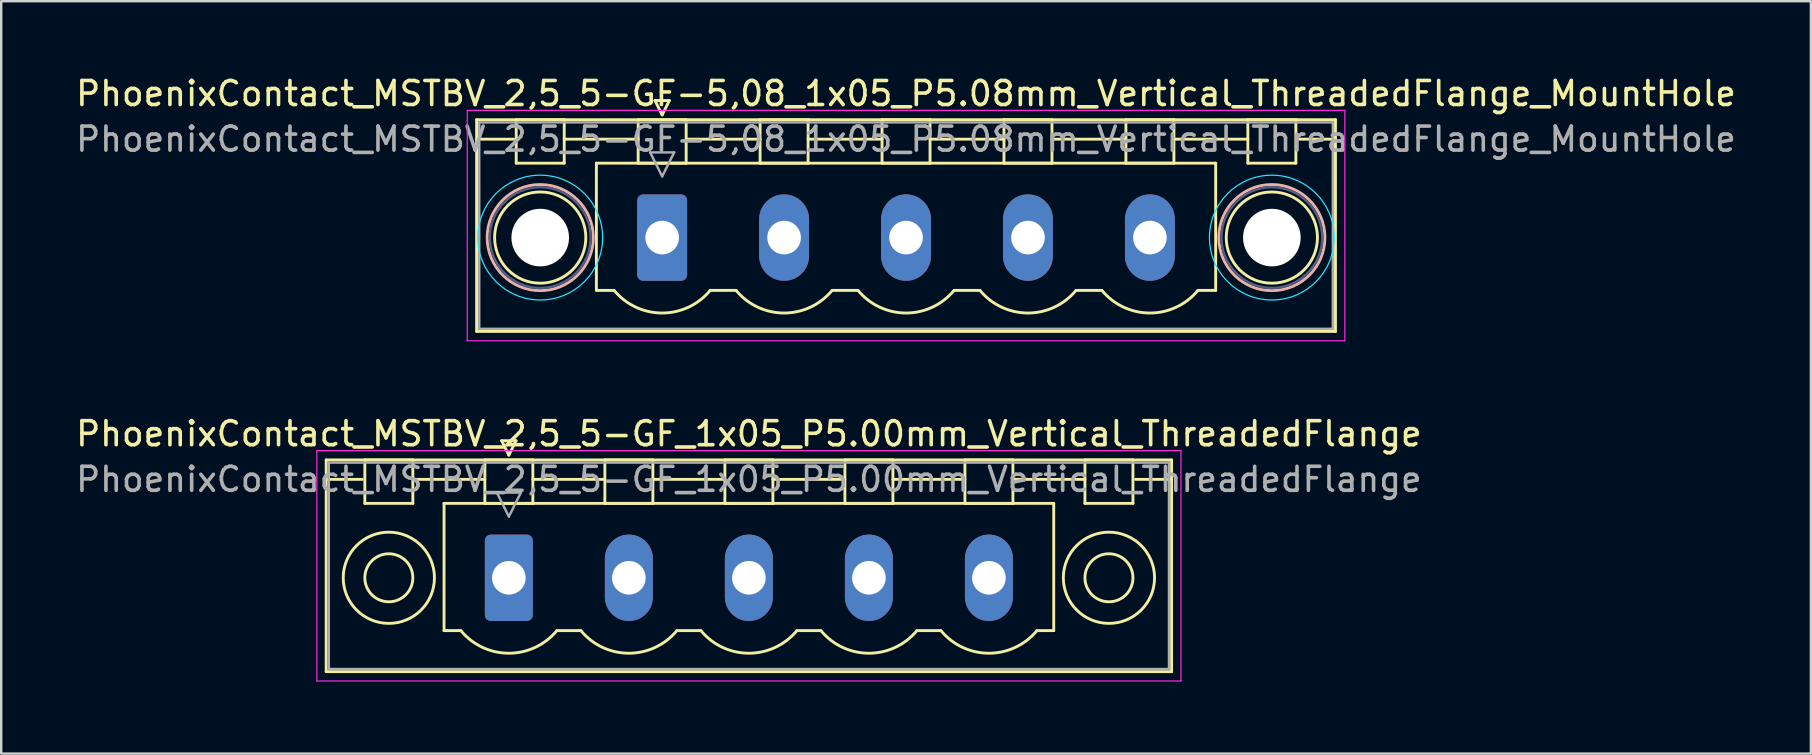
<source format=kicad_pcb>
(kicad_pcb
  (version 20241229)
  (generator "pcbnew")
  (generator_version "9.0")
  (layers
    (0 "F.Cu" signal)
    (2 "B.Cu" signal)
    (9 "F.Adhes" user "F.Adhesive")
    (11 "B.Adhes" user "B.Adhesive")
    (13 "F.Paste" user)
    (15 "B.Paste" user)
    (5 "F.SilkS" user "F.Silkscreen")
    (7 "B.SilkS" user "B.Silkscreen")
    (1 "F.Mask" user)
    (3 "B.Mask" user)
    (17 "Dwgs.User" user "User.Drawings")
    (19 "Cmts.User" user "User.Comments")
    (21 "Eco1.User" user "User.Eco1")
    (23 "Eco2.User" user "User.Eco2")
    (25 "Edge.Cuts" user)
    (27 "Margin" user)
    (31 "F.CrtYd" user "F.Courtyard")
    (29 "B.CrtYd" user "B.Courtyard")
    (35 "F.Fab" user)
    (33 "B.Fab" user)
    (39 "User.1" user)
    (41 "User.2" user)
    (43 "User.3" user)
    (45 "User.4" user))
  (footprint "PhoenixContact_MSTBV_2,5_5-GF_1x05_P5.00mm_Vertical_ThreadedFlange"
    (layer "F.Cu")
    (at 18.149 21.021)
    (property "Reference" "PhoenixContact_MSTBV_2,5_5-GF_1x05_P5.00mm_Vertical_ThreadedFlange" (at 10 -6 0) (layer "F.SilkS") (effects (font (size 1 1) (thickness 0.15))))
    (attr through_hole)
    (fp_line (start -7.61 -4.91) (end -7.61 3.91) (stroke (width 0.12) (type solid)) (layer "F.SilkS"))
    (fp_line (start -7.61 -4.1) (end -6.11 -4.1) (stroke (width 0.12) (type solid)) (layer "F.SilkS"))
    (fp_line (start -7.61 3.91) (end 27.61 3.91) (stroke (width 0.12) (type solid)) (layer "F.SilkS"))
    (fp_line (start -6 -4.91) (end -4 -4.91) (stroke (width 0.12) (type solid)) (layer "F.SilkS"))
    (fp_line (start -6 -3.1) (end -6 -4.91) (stroke (width 0.12) (type solid)) (layer "F.SilkS"))
    (fp_line (start -4 -4.91) (end -4 -3.1) (stroke (width 0.12) (type solid)) (layer "F.SilkS"))
    (fp_line (start -4 -4.1) (end -1 -4.1) (stroke (width 0.12) (type solid)) (layer "F.SilkS"))
    (fp_line (start -4 -3.1) (end -6 -3.1) (stroke (width 0.12) (type solid)) (layer "F.SilkS"))
    (fp_line (start -2.7 -3.1) (end 22.7 -3.1) (stroke (width 0.12) (type solid)) (layer "F.SilkS"))
    (fp_line (start -2.7 2.2) (end -2.7 -3.1) (stroke (width 0.12) (type solid)) (layer "F.SilkS"))
    (fp_line (start -2 2.2) (end -2.7 2.2) (stroke (width 0.12) (type solid)) (layer "F.SilkS"))
    (fp_line (start -1 -4.91) (end 1 -4.91) (stroke (width 0.12) (type solid)) (layer "F.SilkS"))
    (fp_line (start -1 -3.1) (end -1 -4.91) (stroke (width 0.12) (type solid)) (layer "F.SilkS"))
    (fp_line (start -0.3 -5.71) (end 0.3 -5.71) (stroke (width 0.12) (type solid)) (layer "F.SilkS"))
    (fp_line (start 0 -5.11) (end -0.3 -5.71) (stroke (width 0.12) (type solid)) (layer "F.SilkS"))
    (fp_line (start 0.3 -5.71) (end 0 -5.11) (stroke (width 0.12) (type solid)) (layer "F.SilkS"))
    (fp_line (start 1 -4.91) (end 1 -3.1) (stroke (width 0.12) (type solid)) (layer "F.SilkS"))
    (fp_line (start 1 -4.1) (end 4 -4.1) (stroke (width 0.12) (type solid)) (layer "F.SilkS"))
    (fp_line (start 1 -3.1) (end -1 -3.1) (stroke (width 0.12) (type solid)) (layer "F.SilkS"))
    (fp_line (start 2 2.2) (end 3 2.2) (stroke (width 0.12) (type solid)) (layer "F.SilkS"))
    (fp_line (start 4 -4.91) (end 6 -4.91) (stroke (width 0.12) (type solid)) (layer "F.SilkS"))
    (fp_line (start 4 -3.1) (end 4 -4.91) (stroke (width 0.12) (type solid)) (layer "F.SilkS"))
    (fp_line (start 6 -4.91) (end 6 -3.1) (stroke (width 0.12) (type solid)) (layer "F.SilkS"))
    (fp_line (start 6 -4.1) (end 9 -4.1) (stroke (width 0.12) (type solid)) (layer "F.SilkS"))
    (fp_line (start 6 -3.1) (end 4 -3.1) (stroke (width 0.12) (type solid)) (layer "F.SilkS"))
    (fp_line (start 7 2.2) (end 8 2.2) (stroke (width 0.12) (type solid)) (layer "F.SilkS"))
    (fp_line (start 9 -4.91) (end 11 -4.91) (stroke (width 0.12) (type solid)) (layer "F.SilkS"))
    (fp_line (start 9 -3.1) (end 9 -4.91) (stroke (width 0.12) (type solid)) (layer "F.SilkS"))
    (fp_line (start 11 -4.91) (end 11 -3.1) (stroke (width 0.12) (type solid)) (layer "F.SilkS"))
    (fp_line (start 11 -4.1) (end 14 -4.1) (stroke (width 0.12) (type solid)) (layer "F.SilkS"))
    (fp_line (start 11 -3.1) (end 9 -3.1) (stroke (width 0.12) (type solid)) (layer "F.SilkS"))
    (fp_line (start 12 2.2) (end 13 2.2) (stroke (width 0.12) (type solid)) (layer "F.SilkS"))
    (fp_line (start 14 -4.91) (end 16 -4.91) (stroke (width 0.12) (type solid)) (layer "F.SilkS"))
    (fp_line (start 14 -3.1) (end 14 -4.91) (stroke (width 0.12) (type solid)) (layer "F.SilkS"))
    (fp_line (start 16 -4.91) (end 16 -3.1) (stroke (width 0.12) (type solid)) (layer "F.SilkS"))
    (fp_line (start 16 -4.1) (end 19 -4.1) (stroke (width 0.12) (type solid)) (layer "F.SilkS"))
    (fp_line (start 16 -3.1) (end 14 -3.1) (stroke (width 0.12) (type solid)) (layer "F.SilkS"))
    (fp_line (start 17 2.2) (end 18 2.2) (stroke (width 0.12) (type solid)) (layer "F.SilkS"))
    (fp_line (start 19 -4.91) (end 21 -4.91) (stroke (width 0.12) (type solid)) (layer "F.SilkS"))
    (fp_line (start 19 -3.1) (end 19 -4.91) (stroke (width 0.12) (type solid)) (layer "F.SilkS"))
    (fp_line (start 21 -4.91) (end 21 -3.1) (stroke (width 0.12) (type solid)) (layer "F.SilkS"))
    (fp_line (start 21 -4.1) (end 24 -4.1) (stroke (width 0.12) (type solid)) (layer "F.SilkS"))
    (fp_line (start 21 -3.1) (end 19 -3.1) (stroke (width 0.12) (type solid)) (layer "F.SilkS"))
    (fp_line (start 22.7 -3.1) (end 22.7 2.2) (stroke (width 0.12) (type solid)) (layer "F.SilkS"))
    (fp_line (start 22.7 2.2) (end 22 2.2) (stroke (width 0.12) (type solid)) (layer "F.SilkS"))
    (fp_line (start 24 -4.91) (end 26 -4.91) (stroke (width 0.12) (type solid)) (layer "F.SilkS"))
    (fp_line (start 24 -3.1) (end 24 -4.91) (stroke (width 0.12) (type solid)) (layer "F.SilkS"))
    (fp_line (start 26 -4.91) (end 26 -3.1) (stroke (width 0.12) (type solid)) (layer "F.SilkS"))
    (fp_line (start 26 -3.1) (end 24 -3.1) (stroke (width 0.12) (type solid)) (layer "F.SilkS"))
    (fp_line (start 27.61 -4.91) (end -7.61 -4.91) (stroke (width 0.12) (type solid)) (layer "F.SilkS"))
    (fp_line (start 27.61 -4.1) (end 26.11 -4.1) (stroke (width 0.12) (type solid)) (layer "F.SilkS"))
    (fp_line (start 27.61 3.91) (end 27.61 -4.91) (stroke (width 0.12) (type solid)) (layer "F.SilkS"))
    (fp_arc (start 1.986842 2.215821) (mid -0.010289 3.142758) (end -2 2.2) (stroke (width 0.12) (type solid)) (layer "F.SilkS"))
    (fp_arc (start 6.986842 2.215821) (mid 4.989711 3.142758) (end 3 2.2) (stroke (width 0.12) (type solid)) (layer "F.SilkS"))
    (fp_arc (start 11.986842 2.215821) (mid 9.989711 3.142758) (end 8 2.2) (stroke (width 0.12) (type solid)) (layer "F.SilkS"))
    (fp_arc (start 16.986842 2.215821) (mid 14.989711 3.142758) (end 13 2.2) (stroke (width 0.12) (type solid)) (layer "F.SilkS"))
    (fp_arc (start 21.986842 2.215821) (mid 19.989711 3.142758) (end 18 2.2) (stroke (width 0.12) (type solid)) (layer "F.SilkS"))
    (fp_circle (center -5 0) (end -4 0) (stroke (width 0.12) (type solid)) (fill no) (layer "F.SilkS"))
    (fp_circle (center -5 0) (end -3.1 0) (stroke (width 0.12) (type solid)) (fill no) (layer "F.SilkS"))
    (fp_circle (center 25 0) (end 26 0) (stroke (width 0.12) (type solid)) (fill no) (layer "F.SilkS"))
    (fp_circle (center 25 0) (end 26.9 0) (stroke (width 0.12) (type solid)) (fill no) (layer "F.SilkS"))
    (fp_line (start -8 -5.3) (end -8 4.3) (stroke (width 0.05) (type solid)) (layer "F.CrtYd"))
    (fp_line (start -8 4.3) (end 28 4.3) (stroke (width 0.05) (type solid)) (layer "F.CrtYd"))
    (fp_line (start 28 -5.3) (end -8 -5.3) (stroke (width 0.05) (type solid)) (layer "F.CrtYd"))
    (fp_line (start 28 4.3) (end 28 -5.3) (stroke (width 0.05) (type solid)) (layer "F.CrtYd"))
    (fp_line (start -7.5 -4.8) (end -7.5 3.8) (stroke (width 0.1) (type solid)) (layer "F.Fab"))
    (fp_line (start -7.5 3.8) (end 27.5 3.8) (stroke (width 0.1) (type solid)) (layer "F.Fab"))
    (fp_line (start -0.5 -3.55) (end 0.5 -3.55) (stroke (width 0.1) (type solid)) (layer "F.Fab"))
    (fp_line (start 0 -2.55) (end -0.5 -3.55) (stroke (width 0.1) (type solid)) (layer "F.Fab"))
    (fp_line (start 0.5 -3.55) (end 0 -2.55) (stroke (width 0.1) (type solid)) (layer "F.Fab"))
    (fp_line (start 27.5 -4.8) (end -7.5 -4.8) (stroke (width 0.1) (type solid)) (layer "F.Fab"))
    (fp_line (start 27.5 3.8) (end 27.5 -4.8) (stroke (width 0.1) (type solid)) (layer "F.Fab"))
    (fp_text user "${REFERENCE}" (at 10 -4.1 0) (layer "F.Fab") (effects (font (size 1 1) (thickness 0.15))))
    (pad "1" thru_hole roundrect (at 0 0) (size 2 3.6) (drill 1.4) (layers "*.Cu" "*.Mask") (roundrect_rratio 0.125))
    (pad "2" thru_hole oval (at 5 0) (size 2 3.6) (drill 1.4) (layers "*.Cu" "*.Mask"))
    (pad "3" thru_hole oval (at 10 0) (size 2 3.6) (drill 1.4) (layers "*.Cu" "*.Mask"))
    (pad "4" thru_hole oval (at 15 0) (size 2 3.6) (drill 1.4) (layers "*.Cu" "*.Mask"))
    (pad "5" thru_hole oval (at 20 0) (size 2 3.6) (drill 1.4) (layers "*.Cu" "*.Mask")))
  (footprint "PhoenixContact_MSTBV_2,5_5-GF-5,08_1x05_P5.08mm_Vertical_ThreadedFlange_MountHole"
    (layer "F.Cu")
    (at 24.536 6.848)
    (property "Reference" "PhoenixContact_MSTBV_2,5_5-GF-5,08_1x05_P5.08mm_Vertical_ThreadedFlange_MountHole" (at 10.16 -6 0) (layer "F.SilkS") (effects (font (size 1 1) (thickness 0.15))))
    (attr through_hole)
    (fp_line (start -7.73 -4.91) (end -7.73 3.91) (stroke (width 0.12) (type solid)) (layer "F.SilkS"))
    (fp_line (start -7.73 -4.1) (end -6.19 -4.1) (stroke (width 0.12) (type solid)) (layer "F.SilkS"))
    (fp_line (start -7.73 3.91) (end 28.05 3.91) (stroke (width 0.12) (type solid)) (layer "F.SilkS"))
    (fp_line (start -6.08 -4.91) (end -4.08 -4.91) (stroke (width 0.12) (type solid)) (layer "F.SilkS"))
    (fp_line (start -6.08 -3.1) (end -6.08 -4.91) (stroke (width 0.12) (type solid)) (layer "F.SilkS"))
    (fp_line (start -4.08 -4.91) (end -4.08 -3.1) (stroke (width 0.12) (type solid)) (layer "F.SilkS"))
    (fp_line (start -4.08 -4.1) (end -1 -4.1) (stroke (width 0.12) (type solid)) (layer "F.SilkS"))
    (fp_line (start -4.08 -3.1) (end -6.08 -3.1) (stroke (width 0.12) (type solid)) (layer "F.SilkS"))
    (fp_line (start -2.74 -3.1) (end 23.06 -3.1) (stroke (width 0.12) (type solid)) (layer "F.SilkS"))
    (fp_line (start -2.74 2.2) (end -2.74 -3.1) (stroke (width 0.12) (type solid)) (layer "F.SilkS"))
    (fp_line (start -2 2.2) (end -2.74 2.2) (stroke (width 0.12) (type solid)) (layer "F.SilkS"))
    (fp_line (start -1 -4.91) (end 1 -4.91) (stroke (width 0.12) (type solid)) (layer "F.SilkS"))
    (fp_line (start -1 -3.1) (end -1 -4.91) (stroke (width 0.12) (type solid)) (layer "F.SilkS"))
    (fp_line (start -0.3 -5.71) (end 0.3 -5.71) (stroke (width 0.12) (type solid)) (layer "F.SilkS"))
    (fp_line (start 0 -5.11) (end -0.3 -5.71) (stroke (width 0.12) (type solid)) (layer "F.SilkS"))
    (fp_line (start 0.3 -5.71) (end 0 -5.11) (stroke (width 0.12) (type solid)) (layer "F.SilkS"))
    (fp_line (start 1 -4.91) (end 1 -3.1) (stroke (width 0.12) (type solid)) (layer "F.SilkS"))
    (fp_line (start 1 -4.1) (end 4.08 -4.1) (stroke (width 0.12) (type solid)) (layer "F.SilkS"))
    (fp_line (start 1 -3.1) (end -1 -3.1) (stroke (width 0.12) (type solid)) (layer "F.SilkS"))
    (fp_line (start 2 2.2) (end 3.08 2.2) (stroke (width 0.12) (type solid)) (layer "F.SilkS"))
    (fp_line (start 4.08 -4.91) (end 6.08 -4.91) (stroke (width 0.12) (type solid)) (layer "F.SilkS"))
    (fp_line (start 4.08 -3.1) (end 4.08 -4.91) (stroke (width 0.12) (type solid)) (layer "F.SilkS"))
    (fp_line (start 6.08 -4.91) (end 6.08 -3.1) (stroke (width 0.12) (type solid)) (layer "F.SilkS"))
    (fp_line (start 6.08 -4.1) (end 9.16 -4.1) (stroke (width 0.12) (type solid)) (layer "F.SilkS"))
    (fp_line (start 6.08 -3.1) (end 4.08 -3.1) (stroke (width 0.12) (type solid)) (layer "F.SilkS"))
    (fp_line (start 7.08 2.2) (end 8.16 2.2) (stroke (width 0.12) (type solid)) (layer "F.SilkS"))
    (fp_line (start 9.16 -4.91) (end 11.16 -4.91) (stroke (width 0.12) (type solid)) (layer "F.SilkS"))
    (fp_line (start 9.16 -3.1) (end 9.16 -4.91) (stroke (width 0.12) (type solid)) (layer "F.SilkS"))
    (fp_line (start 11.16 -4.91) (end 11.16 -3.1) (stroke (width 0.12) (type solid)) (layer "F.SilkS"))
    (fp_line (start 11.16 -4.1) (end 14.24 -4.1) (stroke (width 0.12) (type solid)) (layer "F.SilkS"))
    (fp_line (start 11.16 -3.1) (end 9.16 -3.1) (stroke (width 0.12) (type solid)) (layer "F.SilkS"))
    (fp_line (start 12.16 2.2) (end 13.24 2.2) (stroke (width 0.12) (type solid)) (layer "F.SilkS"))
    (fp_line (start 14.24 -4.91) (end 16.24 -4.91) (stroke (width 0.12) (type solid)) (layer "F.SilkS"))
    (fp_line (start 14.24 -3.1) (end 14.24 -4.91) (stroke (width 0.12) (type solid)) (layer "F.SilkS"))
    (fp_line (start 16.24 -4.91) (end 16.24 -3.1) (stroke (width 0.12) (type solid)) (layer "F.SilkS"))
    (fp_line (start 16.24 -4.1) (end 19.32 -4.1) (stroke (width 0.12) (type solid)) (layer "F.SilkS"))
    (fp_line (start 16.24 -3.1) (end 14.24 -3.1) (stroke (width 0.12) (type solid)) (layer "F.SilkS"))
    (fp_line (start 17.24 2.2) (end 18.32 2.2) (stroke (width 0.12) (type solid)) (layer "F.SilkS"))
    (fp_line (start 19.32 -4.91) (end 21.32 -4.91) (stroke (width 0.12) (type solid)) (layer "F.SilkS"))
    (fp_line (start 19.32 -3.1) (end 19.32 -4.91) (stroke (width 0.12) (type solid)) (layer "F.SilkS"))
    (fp_line (start 21.32 -4.91) (end 21.32 -3.1) (stroke (width 0.12) (type solid)) (layer "F.SilkS"))
    (fp_line (start 21.32 -4.1) (end 24.4 -4.1) (stroke (width 0.12) (type solid)) (layer "F.SilkS"))
    (fp_line (start 21.32 -3.1) (end 19.32 -3.1) (stroke (width 0.12) (type solid)) (layer "F.SilkS"))
    (fp_line (start 23.06 -3.1) (end 23.06 2.2) (stroke (width 0.12) (type solid)) (layer "F.SilkS"))
    (fp_line (start 23.06 2.2) (end 22.32 2.2) (stroke (width 0.12) (type solid)) (layer "F.SilkS"))
    (fp_line (start 24.4 -4.91) (end 26.4 -4.91) (stroke (width 0.12) (type solid)) (layer "F.SilkS"))
    (fp_line (start 24.4 -3.1) (end 24.4 -4.91) (stroke (width 0.12) (type solid)) (layer "F.SilkS"))
    (fp_line (start 26.4 -4.91) (end 26.4 -3.1) (stroke (width 0.12) (type solid)) (layer "F.SilkS"))
    (fp_line (start 26.4 -3.1) (end 24.4 -3.1) (stroke (width 0.12) (type solid)) (layer "F.SilkS"))
    (fp_line (start 28.05 -4.91) (end -7.73 -4.91) (stroke (width 0.12) (type solid)) (layer "F.SilkS"))
    (fp_line (start 28.05 -4.1) (end 26.51 -4.1) (stroke (width 0.12) (type solid)) (layer "F.SilkS"))
    (fp_line (start 28.05 3.91) (end 28.05 -4.91) (stroke (width 0.12) (type solid)) (layer "F.SilkS"))
    (fp_arc (start 1.986842 2.215821) (mid -0.010289 3.142758) (end -2 2.2) (stroke (width 0.12) (type solid)) (layer "F.SilkS"))
    (fp_arc (start 7.066842 2.215821) (mid 5.069711 3.142758) (end 3.08 2.2) (stroke (width 0.12) (type solid)) (layer "F.SilkS"))
    (fp_arc (start 12.146842 2.215821) (mid 10.149711 3.142758) (end 8.16 2.2) (stroke (width 0.12) (type solid)) (layer "F.SilkS"))
    (fp_arc (start 17.226842 2.215821) (mid 15.229711 3.142758) (end 13.24 2.2) (stroke (width 0.12) (type solid)) (layer "F.SilkS"))
    (fp_arc (start 22.306842 2.215821) (mid 20.309711 3.142758) (end 18.32 2.2) (stroke (width 0.12) (type solid)) (layer "F.SilkS"))
    (fp_circle (center -5.08 0) (end -3.18 0) (stroke (width 0.12) (type solid)) (fill no) (layer "F.SilkS"))
    (fp_circle (center 25.4 0) (end 27.3 0) (stroke (width 0.12) (type solid)) (fill no) (layer "F.SilkS"))
    (fp_circle (center -5.08 0) (end -2.87 0) (stroke (width 0.12) (type solid)) (fill no) (layer "B.SilkS"))
    (fp_circle (center 25.4 0) (end 27.61 0) (stroke (width 0.12) (type solid)) (fill no) (layer "B.SilkS"))
    (fp_circle (center -5.08 0) (end -2.48 0) (stroke (width 0.05) (type solid)) (fill no) (layer "B.CrtYd"))
    (fp_circle (center 25.4 0) (end 28 0) (stroke (width 0.05) (type solid)) (fill no) (layer "B.CrtYd"))
    (fp_line (start -8.12 -5.3) (end -8.12 4.3) (stroke (width 0.05) (type solid)) (layer "F.CrtYd"))
    (fp_line (start -8.12 4.3) (end 28.44 4.3) (stroke (width 0.05) (type solid)) (layer "F.CrtYd"))
    (fp_line (start 28.44 -5.3) (end -8.12 -5.3) (stroke (width 0.05) (type solid)) (layer "F.CrtYd"))
    (fp_line (start 28.44 4.3) (end 28.44 -5.3) (stroke (width 0.05) (type solid)) (layer "F.CrtYd"))
    (fp_circle (center -5.08 0) (end -2.98 0) (stroke (width 0.1) (type solid)) (fill no) (layer "B.Fab"))
    (fp_circle (center 25.4 0) (end 27.5 0) (stroke (width 0.1) (type solid)) (fill no) (layer "B.Fab"))
    (fp_line (start -7.62 -4.8) (end -7.62 3.8) (stroke (width 0.1) (type solid)) (layer "F.Fab"))
    (fp_line (start -7.62 3.8) (end 27.94 3.8) (stroke (width 0.1) (type solid)) (layer "F.Fab"))
    (fp_line (start -0.5 -3.55) (end 0.5 -3.55) (stroke (width 0.1) (type solid)) (layer "F.Fab"))
    (fp_line (start 0 -2.55) (end -0.5 -3.55) (stroke (width 0.1) (type solid)) (layer "F.Fab"))
    (fp_line (start 0.5 -3.55) (end 0 -2.55) (stroke (width 0.1) (type solid)) (layer "F.Fab"))
    (fp_line (start 27.94 -4.8) (end -7.62 -4.8) (stroke (width 0.1) (type solid)) (layer "F.Fab"))
    (fp_line (start 27.94 3.8) (end 27.94 -4.8) (stroke (width 0.1) (type solid)) (layer "F.Fab"))
    (fp_text user "${REFERENCE}" (at 10.16 -4.1 0) (layer "F.Fab") (effects (font (size 1 1) (thickness 0.15))))
    (pad "" np_thru_hole circle (at -5.08 0) (size 2.4 2.4) (drill 2.4) (layers "*.Cu" "*.Mask"))
    (pad "" np_thru_hole circle (at 25.4 0) (size 2.4 2.4) (drill 2.4) (layers "*.Cu" "*.Mask"))
    (pad "1" thru_hole roundrect (at 0 0) (size 2.08 3.6) (drill 1.4) (layers "*.Cu" "*.Mask") (roundrect_rratio 0.12))
    (pad "2" thru_hole oval (at 5.08 0) (size 2.08 3.6) (drill 1.4) (layers "*.Cu" "*.Mask"))
    (pad "3" thru_hole oval (at 10.16 0) (size 2.08 3.6) (drill 1.4) (layers "*.Cu" "*.Mask"))
    (pad "4" thru_hole oval (at 15.24 0) (size 2.08 3.6) (drill 1.4) (layers "*.Cu" "*.Mask"))
    (pad "5" thru_hole oval (at 20.32 0) (size 2.08 3.6) (drill 1.4) (layers "*.Cu" "*.Mask")))
  (gr_rect
    (start -3 -3)
    (end 72.393 28.346)
    (stroke (width 0.1) (type default))
    (fill no)
    (layer "Edge.Cuts")))
</source>
